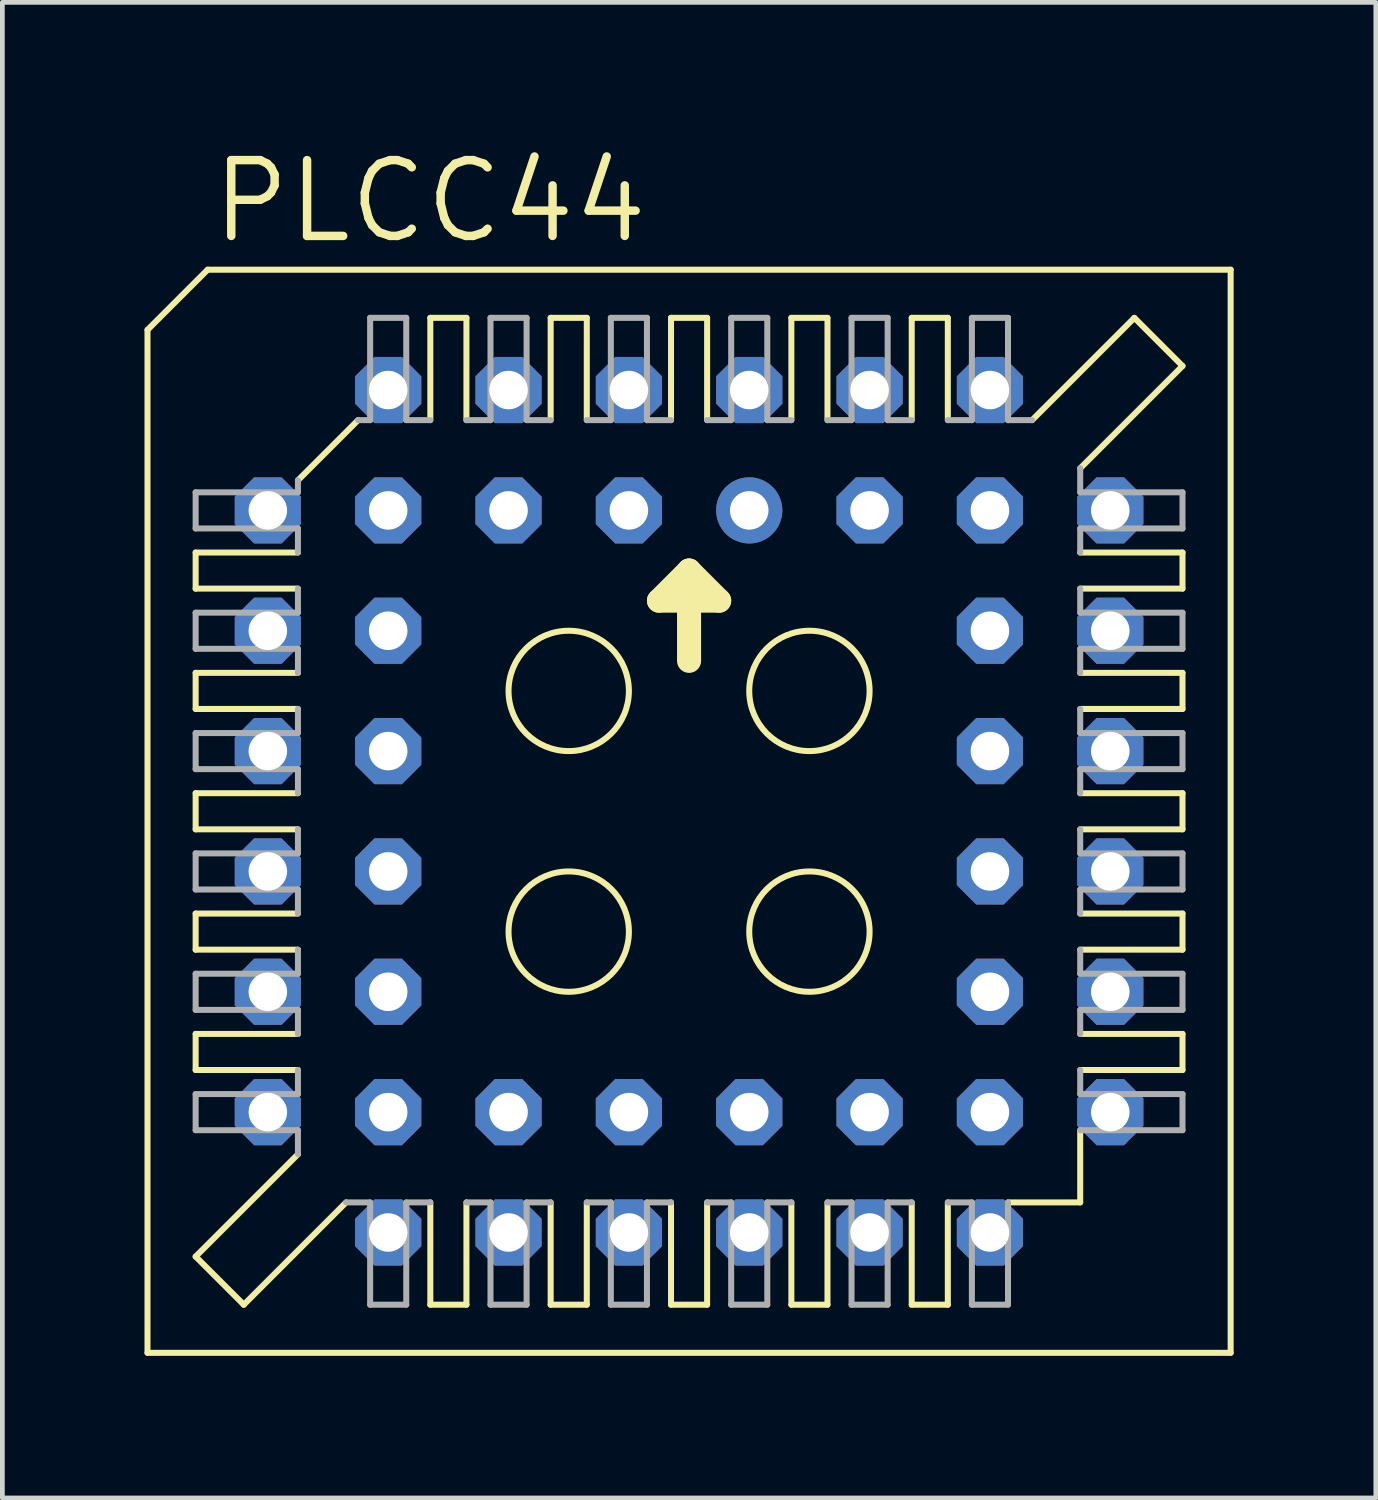
<source format=kicad_pcb>
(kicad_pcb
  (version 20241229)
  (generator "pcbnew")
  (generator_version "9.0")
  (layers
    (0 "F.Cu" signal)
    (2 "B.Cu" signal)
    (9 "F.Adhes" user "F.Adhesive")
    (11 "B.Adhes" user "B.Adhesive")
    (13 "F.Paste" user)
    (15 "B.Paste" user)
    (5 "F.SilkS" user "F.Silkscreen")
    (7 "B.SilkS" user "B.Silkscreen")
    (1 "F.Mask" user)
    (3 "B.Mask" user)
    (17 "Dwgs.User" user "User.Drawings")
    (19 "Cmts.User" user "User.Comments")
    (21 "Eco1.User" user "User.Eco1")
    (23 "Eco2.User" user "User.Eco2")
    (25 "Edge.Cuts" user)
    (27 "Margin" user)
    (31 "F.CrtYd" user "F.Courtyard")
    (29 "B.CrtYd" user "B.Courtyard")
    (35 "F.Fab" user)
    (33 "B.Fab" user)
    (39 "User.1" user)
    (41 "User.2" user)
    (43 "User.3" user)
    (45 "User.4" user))
  (footprint "PLCC44"
    (layer "F.Cu")
    (at 11.493 14.072)
    (property "Reference" "PLCC44" (at -10.16 -11.938 0) (layer "F.SilkS") (effects (font (size 1.6 1.6) (thickness 0.178)) (justify left bottom)))
    (fp_line (start -11.43 -10.16) (end -11.43 11.43) (stroke (width 0.127) (type solid)) (layer "F.SilkS"))
    (fp_line (start -10.414 -5.461) (end -10.414 -4.699) (stroke (width 0.127) (type solid)) (layer "F.SilkS"))
    (fp_line (start -10.414 -5.461) (end -8.255 -5.461) (stroke (width 0.127) (type solid)) (layer "F.SilkS"))
    (fp_line (start -10.414 -2.921) (end -10.414 -2.159) (stroke (width 0.127) (type solid)) (layer "F.SilkS"))
    (fp_line (start -10.414 -2.921) (end -8.255 -2.921) (stroke (width 0.127) (type solid)) (layer "F.SilkS"))
    (fp_line (start -10.414 0.381) (end -10.414 -0.381) (stroke (width 0.127) (type solid)) (layer "F.SilkS"))
    (fp_line (start -10.414 0.381) (end -8.255 0.381) (stroke (width 0.127) (type solid)) (layer "F.SilkS"))
    (fp_line (start -10.414 2.921) (end -10.414 2.159) (stroke (width 0.127) (type solid)) (layer "F.SilkS"))
    (fp_line (start -10.414 2.921) (end -8.255 2.921) (stroke (width 0.127) (type solid)) (layer "F.SilkS"))
    (fp_line (start -10.414 5.461) (end -10.414 4.699) (stroke (width 0.127) (type solid)) (layer "F.SilkS"))
    (fp_line (start -10.414 5.461) (end -8.255 5.461) (stroke (width 0.127) (type solid)) (layer "F.SilkS"))
    (fp_line (start -10.414 9.398) (end -8.255 7.239) (stroke (width 0.127) (type solid)) (layer "F.SilkS"))
    (fp_line (start -10.16 -11.43) (end -11.43 -10.16) (stroke (width 0.127) (type solid)) (layer "F.SilkS"))
    (fp_line (start -9.398 10.414) (end -10.414 9.398) (stroke (width 0.127) (type solid)) (layer "F.SilkS"))
    (fp_line (start -9.398 10.414) (end -7.239 8.255) (stroke (width 0.127) (type solid)) (layer "F.SilkS"))
    (fp_line (start -8.255 -6.985) (end -6.985 -8.255) (stroke (width 0.127) (type solid)) (layer "F.SilkS"))
    (fp_line (start -8.255 -4.699) (end -10.414 -4.699) (stroke (width 0.127) (type solid)) (layer "F.SilkS"))
    (fp_line (start -8.255 -2.159) (end -10.414 -2.159) (stroke (width 0.127) (type solid)) (layer "F.SilkS"))
    (fp_line (start -8.255 -0.381) (end -10.414 -0.381) (stroke (width 0.127) (type solid)) (layer "F.SilkS"))
    (fp_line (start -8.255 2.159) (end -10.414 2.159) (stroke (width 0.127) (type solid)) (layer "F.SilkS"))
    (fp_line (start -8.255 4.699) (end -10.414 4.699) (stroke (width 0.127) (type solid)) (layer "F.SilkS"))
    (fp_line (start -5.461 -8.255) (end -5.461 -10.414) (stroke (width 0.127) (type solid)) (layer "F.SilkS"))
    (fp_line (start -5.461 10.414) (end -5.461 8.255) (stroke (width 0.127) (type solid)) (layer "F.SilkS"))
    (fp_line (start -5.461 10.414) (end -4.699 10.414) (stroke (width 0.127) (type solid)) (layer "F.SilkS"))
    (fp_line (start -4.699 -10.414) (end -5.461 -10.414) (stroke (width 0.127) (type solid)) (layer "F.SilkS"))
    (fp_line (start -4.699 -10.414) (end -4.699 -8.255) (stroke (width 0.127) (type solid)) (layer "F.SilkS"))
    (fp_line (start -4.699 8.255) (end -4.699 10.414) (stroke (width 0.127) (type solid)) (layer "F.SilkS"))
    (fp_line (start -2.921 -8.255) (end -2.921 -10.414) (stroke (width 0.127) (type solid)) (layer "F.SilkS"))
    (fp_line (start -2.921 10.414) (end -2.921 8.255) (stroke (width 0.127) (type solid)) (layer "F.SilkS"))
    (fp_line (start -2.921 10.414) (end -2.159 10.414) (stroke (width 0.127) (type solid)) (layer "F.SilkS"))
    (fp_line (start -2.159 -10.414) (end -2.921 -10.414) (stroke (width 0.127) (type solid)) (layer "F.SilkS"))
    (fp_line (start -2.159 -10.414) (end -2.159 -8.255) (stroke (width 0.127) (type solid)) (layer "F.SilkS"))
    (fp_line (start -2.159 8.255) (end -2.159 10.414) (stroke (width 0.127) (type solid)) (layer "F.SilkS"))
    (fp_line (start -0.635 -4.445) (end 0 -5.08) (stroke (width 0.508) (type solid)) (layer "F.SilkS"))
    (fp_line (start -0.381 -8.255) (end -0.381 -10.414) (stroke (width 0.127) (type solid)) (layer "F.SilkS"))
    (fp_line (start -0.381 10.414) (end -0.381 8.255) (stroke (width 0.127) (type solid)) (layer "F.SilkS"))
    (fp_line (start -0.381 10.414) (end 0.381 10.414) (stroke (width 0.127) (type solid)) (layer "F.SilkS"))
    (fp_line (start 0 -5.08) (end 0 -3.175) (stroke (width 0.508) (type solid)) (layer "F.SilkS"))
    (fp_line (start 0 -5.08) (end 0.635 -4.445) (stroke (width 0.508) (type solid)) (layer "F.SilkS"))
    (fp_line (start 0.381 -10.414) (end -0.381 -10.414) (stroke (width 0.127) (type solid)) (layer "F.SilkS"))
    (fp_line (start 0.381 -10.414) (end 0.381 -8.255) (stroke (width 0.127) (type solid)) (layer "F.SilkS"))
    (fp_line (start 0.381 8.255) (end 0.381 10.414) (stroke (width 0.127) (type solid)) (layer "F.SilkS"))
    (fp_line (start 0.635 -4.445) (end -0.635 -4.445) (stroke (width 0.508) (type solid)) (layer "F.SilkS"))
    (fp_line (start 2.159 -8.255) (end 2.159 -10.414) (stroke (width 0.127) (type solid)) (layer "F.SilkS"))
    (fp_line (start 2.159 10.414) (end 2.159 8.255) (stroke (width 0.127) (type solid)) (layer "F.SilkS"))
    (fp_line (start 2.159 10.414) (end 2.921 10.414) (stroke (width 0.127) (type solid)) (layer "F.SilkS"))
    (fp_line (start 2.921 -10.414) (end 2.159 -10.414) (stroke (width 0.127) (type solid)) (layer "F.SilkS"))
    (fp_line (start 2.921 -10.414) (end 2.921 -8.255) (stroke (width 0.127) (type solid)) (layer "F.SilkS"))
    (fp_line (start 2.921 8.255) (end 2.921 10.414) (stroke (width 0.127) (type solid)) (layer "F.SilkS"))
    (fp_line (start 4.699 -8.255) (end 4.699 -10.414) (stroke (width 0.127) (type solid)) (layer "F.SilkS"))
    (fp_line (start 4.699 10.414) (end 4.699 8.255) (stroke (width 0.127) (type solid)) (layer "F.SilkS"))
    (fp_line (start 4.699 10.414) (end 5.461 10.414) (stroke (width 0.127) (type solid)) (layer "F.SilkS"))
    (fp_line (start 5.461 -10.414) (end 4.699 -10.414) (stroke (width 0.127) (type solid)) (layer "F.SilkS"))
    (fp_line (start 5.461 -10.414) (end 5.461 -8.255) (stroke (width 0.127) (type solid)) (layer "F.SilkS"))
    (fp_line (start 5.461 8.255) (end 5.461 10.414) (stroke (width 0.127) (type solid)) (layer "F.SilkS"))
    (fp_line (start 6.731 8.255) (end 8.255 8.255) (stroke (width 0.127) (type solid)) (layer "F.SilkS"))
    (fp_line (start 8.255 -4.699) (end 10.414 -4.699) (stroke (width 0.127) (type solid)) (layer "F.SilkS"))
    (fp_line (start 8.255 -2.159) (end 10.414 -2.159) (stroke (width 0.127) (type solid)) (layer "F.SilkS"))
    (fp_line (start 8.255 0.381) (end 10.414 0.381) (stroke (width 0.127) (type solid)) (layer "F.SilkS"))
    (fp_line (start 8.255 2.159) (end 10.414 2.159) (stroke (width 0.127) (type solid)) (layer "F.SilkS"))
    (fp_line (start 8.255 4.699) (end 10.414 4.699) (stroke (width 0.127) (type solid)) (layer "F.SilkS"))
    (fp_line (start 8.255 8.255) (end 8.255 6.731) (stroke (width 0.127) (type solid)) (layer "F.SilkS"))
    (fp_line (start 9.398 -10.414) (end 7.239 -8.255) (stroke (width 0.127) (type solid)) (layer "F.SilkS"))
    (fp_line (start 10.414 -9.398) (end 8.255 -7.239) (stroke (width 0.127) (type solid)) (layer "F.SilkS"))
    (fp_line (start 10.414 -9.398) (end 9.398 -10.414) (stroke (width 0.127) (type solid)) (layer "F.SilkS"))
    (fp_line (start 10.414 -5.461) (end 8.255 -5.461) (stroke (width 0.127) (type solid)) (layer "F.SilkS"))
    (fp_line (start 10.414 -5.461) (end 10.414 -4.699) (stroke (width 0.127) (type solid)) (layer "F.SilkS"))
    (fp_line (start 10.414 -2.921) (end 8.255 -2.921) (stroke (width 0.127) (type solid)) (layer "F.SilkS"))
    (fp_line (start 10.414 -2.921) (end 10.414 -2.159) (stroke (width 0.127) (type solid)) (layer "F.SilkS"))
    (fp_line (start 10.414 -0.381) (end 8.255 -0.381) (stroke (width 0.127) (type solid)) (layer "F.SilkS"))
    (fp_line (start 10.414 -0.381) (end 10.414 0.381) (stroke (width 0.127) (type solid)) (layer "F.SilkS"))
    (fp_line (start 10.414 2.921) (end 8.255 2.921) (stroke (width 0.127) (type solid)) (layer "F.SilkS"))
    (fp_line (start 10.414 2.921) (end 10.414 2.159) (stroke (width 0.127) (type solid)) (layer "F.SilkS"))
    (fp_line (start 10.414 5.461) (end 8.255 5.461) (stroke (width 0.127) (type solid)) (layer "F.SilkS"))
    (fp_line (start 10.414 5.461) (end 10.414 4.699) (stroke (width 0.127) (type solid)) (layer "F.SilkS"))
    (fp_line (start 11.43 -11.43) (end -10.16 -11.43) (stroke (width 0.127) (type solid)) (layer "F.SilkS"))
    (fp_line (start 11.43 11.43) (end -11.43 11.43) (stroke (width 0.127) (type solid)) (layer "F.SilkS"))
    (fp_line (start 11.43 11.43) (end 11.43 -11.43) (stroke (width 0.127) (type solid)) (layer "F.SilkS"))
    (fp_circle (center -2.54 -2.54) (end -1.27 -2.54) (stroke (width 0.127) (type solid)) (fill no) (layer "F.SilkS"))
    (fp_circle (center -2.54 2.54) (end -1.27 2.54) (stroke (width 0.127) (type solid)) (fill no) (layer "F.SilkS"))
    (fp_circle (center 2.54 -2.54) (end 3.81 -2.54) (stroke (width 0.127) (type solid)) (fill no) (layer "F.SilkS"))
    (fp_circle (center 2.54 2.54) (end 3.81 2.54) (stroke (width 0.127) (type solid)) (fill no) (layer "F.SilkS"))
    (fp_line (start -10.414 -6.731) (end -10.414 -5.969) (stroke (width 0.127) (type solid)) (layer "F.Fab"))
    (fp_line (start -10.414 -6.731) (end -8.255 -6.731) (stroke (width 0.127) (type solid)) (layer "F.Fab"))
    (fp_line (start -10.414 -4.191) (end -10.414 -3.429) (stroke (width 0.127) (type solid)) (layer "F.Fab"))
    (fp_line (start -10.414 -4.191) (end -8.255 -4.191) (stroke (width 0.127) (type solid)) (layer "F.Fab"))
    (fp_line (start -10.414 -0.889) (end -10.414 -1.651) (stroke (width 0.127) (type solid)) (layer "F.Fab"))
    (fp_line (start -10.414 -0.889) (end -8.255 -0.889) (stroke (width 0.127) (type solid)) (layer "F.Fab"))
    (fp_line (start -10.414 1.651) (end -10.414 0.889) (stroke (width 0.127) (type solid)) (layer "F.Fab"))
    (fp_line (start -10.414 1.651) (end -8.255 1.651) (stroke (width 0.127) (type solid)) (layer "F.Fab"))
    (fp_line (start -10.414 4.191) (end -10.414 3.429) (stroke (width 0.127) (type solid)) (layer "F.Fab"))
    (fp_line (start -10.414 4.191) (end -8.255 4.191) (stroke (width 0.127) (type solid)) (layer "F.Fab"))
    (fp_line (start -10.414 6.731) (end -10.414 5.969) (stroke (width 0.127) (type solid)) (layer "F.Fab"))
    (fp_line (start -10.414 6.731) (end -8.255 6.731) (stroke (width 0.127) (type solid)) (layer "F.Fab"))
    (fp_line (start -8.255 -6.731) (end -8.255 -6.985) (stroke (width 0.127) (type solid)) (layer "F.Fab"))
    (fp_line (start -8.255 -5.969) (end -10.414 -5.969) (stroke (width 0.127) (type solid)) (layer "F.Fab"))
    (fp_line (start -8.255 -5.969) (end -8.255 -5.461) (stroke (width 0.127) (type solid)) (layer "F.Fab"))
    (fp_line (start -8.255 -4.699) (end -8.255 -4.191) (stroke (width 0.127) (type solid)) (layer "F.Fab"))
    (fp_line (start -8.255 -3.429) (end -10.414 -3.429) (stroke (width 0.127) (type solid)) (layer "F.Fab"))
    (fp_line (start -8.255 -3.429) (end -8.255 -2.921) (stroke (width 0.127) (type solid)) (layer "F.Fab"))
    (fp_line (start -8.255 -2.159) (end -8.255 -1.651) (stroke (width 0.127) (type solid)) (layer "F.Fab"))
    (fp_line (start -8.255 -1.651) (end -10.414 -1.651) (stroke (width 0.127) (type solid)) (layer "F.Fab"))
    (fp_line (start -8.255 -0.381) (end -8.255 -0.889) (stroke (width 0.127) (type solid)) (layer "F.Fab"))
    (fp_line (start -8.255 0.889) (end -10.414 0.889) (stroke (width 0.127) (type solid)) (layer "F.Fab"))
    (fp_line (start -8.255 0.889) (end -8.255 0.381) (stroke (width 0.127) (type solid)) (layer "F.Fab"))
    (fp_line (start -8.255 2.159) (end -8.255 1.651) (stroke (width 0.127) (type solid)) (layer "F.Fab"))
    (fp_line (start -8.255 3.429) (end -10.414 3.429) (stroke (width 0.127) (type solid)) (layer "F.Fab"))
    (fp_line (start -8.255 3.429) (end -8.255 2.921) (stroke (width 0.127) (type solid)) (layer "F.Fab"))
    (fp_line (start -8.255 4.699) (end -8.255 4.191) (stroke (width 0.127) (type solid)) (layer "F.Fab"))
    (fp_line (start -8.255 5.969) (end -10.414 5.969) (stroke (width 0.127) (type solid)) (layer "F.Fab"))
    (fp_line (start -8.255 5.969) (end -8.255 5.461) (stroke (width 0.127) (type solid)) (layer "F.Fab"))
    (fp_line (start -8.255 7.239) (end -8.255 6.731) (stroke (width 0.127) (type solid)) (layer "F.Fab"))
    (fp_line (start -7.239 8.255) (end -6.731 8.255) (stroke (width 0.127) (type solid)) (layer "F.Fab"))
    (fp_line (start -6.985 -8.255) (end -6.731 -8.255) (stroke (width 0.127) (type solid)) (layer "F.Fab"))
    (fp_line (start -6.731 -8.255) (end -6.731 -10.414) (stroke (width 0.127) (type solid)) (layer "F.Fab"))
    (fp_line (start -6.731 10.414) (end -6.731 8.255) (stroke (width 0.127) (type solid)) (layer "F.Fab"))
    (fp_line (start -6.731 10.414) (end -5.969 10.414) (stroke (width 0.127) (type solid)) (layer "F.Fab"))
    (fp_line (start -5.969 -10.414) (end -6.731 -10.414) (stroke (width 0.127) (type solid)) (layer "F.Fab"))
    (fp_line (start -5.969 -10.414) (end -5.969 -8.255) (stroke (width 0.127) (type solid)) (layer "F.Fab"))
    (fp_line (start -5.969 8.255) (end -5.969 10.414) (stroke (width 0.127) (type solid)) (layer "F.Fab"))
    (fp_line (start -5.969 8.255) (end -5.461 8.255) (stroke (width 0.127) (type solid)) (layer "F.Fab"))
    (fp_line (start -5.461 -8.255) (end -5.969 -8.255) (stroke (width 0.127) (type solid)) (layer "F.Fab"))
    (fp_line (start -4.699 8.255) (end -4.191 8.255) (stroke (width 0.127) (type solid)) (layer "F.Fab"))
    (fp_line (start -4.191 -8.255) (end -4.699 -8.255) (stroke (width 0.127) (type solid)) (layer "F.Fab"))
    (fp_line (start -4.191 -8.255) (end -4.191 -10.414) (stroke (width 0.127) (type solid)) (layer "F.Fab"))
    (fp_line (start -4.191 10.414) (end -4.191 8.255) (stroke (width 0.127) (type solid)) (layer "F.Fab"))
    (fp_line (start -4.191 10.414) (end -3.429 10.414) (stroke (width 0.127) (type solid)) (layer "F.Fab"))
    (fp_line (start -3.429 -10.414) (end -4.191 -10.414) (stroke (width 0.127) (type solid)) (layer "F.Fab"))
    (fp_line (start -3.429 -10.414) (end -3.429 -8.255) (stroke (width 0.127) (type solid)) (layer "F.Fab"))
    (fp_line (start -3.429 8.255) (end -3.429 10.414) (stroke (width 0.127) (type solid)) (layer "F.Fab"))
    (fp_line (start -3.429 8.255) (end -2.921 8.255) (stroke (width 0.127) (type solid)) (layer "F.Fab"))
    (fp_line (start -2.921 -8.255) (end -3.429 -8.255) (stroke (width 0.127) (type solid)) (layer "F.Fab"))
    (fp_line (start -2.159 8.255) (end -1.651 8.255) (stroke (width 0.127) (type solid)) (layer "F.Fab"))
    (fp_line (start -1.651 -8.255) (end -2.159 -8.255) (stroke (width 0.127) (type solid)) (layer "F.Fab"))
    (fp_line (start -1.651 -8.255) (end -1.651 -10.414) (stroke (width 0.127) (type solid)) (layer "F.Fab"))
    (fp_line (start -1.651 10.414) (end -1.651 8.255) (stroke (width 0.127) (type solid)) (layer "F.Fab"))
    (fp_line (start -1.651 10.414) (end -0.889 10.414) (stroke (width 0.127) (type solid)) (layer "F.Fab"))
    (fp_line (start -0.889 -10.414) (end -1.651 -10.414) (stroke (width 0.127) (type solid)) (layer "F.Fab"))
    (fp_line (start -0.889 -10.414) (end -0.889 -8.255) (stroke (width 0.127) (type solid)) (layer "F.Fab"))
    (fp_line (start -0.889 8.255) (end -0.889 10.414) (stroke (width 0.127) (type solid)) (layer "F.Fab"))
    (fp_line (start -0.889 8.255) (end -0.381 8.255) (stroke (width 0.127) (type solid)) (layer "F.Fab"))
    (fp_line (start -0.381 -8.255) (end -0.889 -8.255) (stroke (width 0.127) (type solid)) (layer "F.Fab"))
    (fp_line (start 0.381 8.255) (end 0.889 8.255) (stroke (width 0.127) (type solid)) (layer "F.Fab"))
    (fp_line (start 0.889 -8.255) (end 0.381 -8.255) (stroke (width 0.127) (type solid)) (layer "F.Fab"))
    (fp_line (start 0.889 -8.255) (end 0.889 -10.414) (stroke (width 0.127) (type solid)) (layer "F.Fab"))
    (fp_line (start 0.889 10.414) (end 0.889 8.255) (stroke (width 0.127) (type solid)) (layer "F.Fab"))
    (fp_line (start 0.889 10.414) (end 1.651 10.414) (stroke (width 0.127) (type solid)) (layer "F.Fab"))
    (fp_line (start 1.651 -10.414) (end 0.889 -10.414) (stroke (width 0.127) (type solid)) (layer "F.Fab"))
    (fp_line (start 1.651 -10.414) (end 1.651 -8.255) (stroke (width 0.127) (type solid)) (layer "F.Fab"))
    (fp_line (start 1.651 8.255) (end 1.651 10.414) (stroke (width 0.127) (type solid)) (layer "F.Fab"))
    (fp_line (start 1.651 8.255) (end 2.159 8.255) (stroke (width 0.127) (type solid)) (layer "F.Fab"))
    (fp_line (start 2.159 -8.255) (end 1.651 -8.255) (stroke (width 0.127) (type solid)) (layer "F.Fab"))
    (fp_line (start 2.921 8.255) (end 3.429 8.255) (stroke (width 0.127) (type solid)) (layer "F.Fab"))
    (fp_line (start 3.429 -8.255) (end 2.921 -8.255) (stroke (width 0.127) (type solid)) (layer "F.Fab"))
    (fp_line (start 3.429 -8.255) (end 3.429 -10.414) (stroke (width 0.127) (type solid)) (layer "F.Fab"))
    (fp_line (start 3.429 10.414) (end 3.429 8.255) (stroke (width 0.127) (type solid)) (layer "F.Fab"))
    (fp_line (start 3.429 10.414) (end 4.191 10.414) (stroke (width 0.127) (type solid)) (layer "F.Fab"))
    (fp_line (start 4.191 -10.414) (end 3.429 -10.414) (stroke (width 0.127) (type solid)) (layer "F.Fab"))
    (fp_line (start 4.191 -10.414) (end 4.191 -8.255) (stroke (width 0.127) (type solid)) (layer "F.Fab"))
    (fp_line (start 4.191 8.255) (end 4.191 10.414) (stroke (width 0.127) (type solid)) (layer "F.Fab"))
    (fp_line (start 4.191 8.255) (end 4.699 8.255) (stroke (width 0.127) (type solid)) (layer "F.Fab"))
    (fp_line (start 4.699 -8.255) (end 4.191 -8.255) (stroke (width 0.127) (type solid)) (layer "F.Fab"))
    (fp_line (start 5.461 8.255) (end 5.969 8.255) (stroke (width 0.127) (type solid)) (layer "F.Fab"))
    (fp_line (start 5.969 -8.255) (end 5.461 -8.255) (stroke (width 0.127) (type solid)) (layer "F.Fab"))
    (fp_line (start 5.969 -8.255) (end 5.969 -10.414) (stroke (width 0.127) (type solid)) (layer "F.Fab"))
    (fp_line (start 5.969 10.414) (end 5.969 8.255) (stroke (width 0.127) (type solid)) (layer "F.Fab"))
    (fp_line (start 5.969 10.414) (end 6.731 10.414) (stroke (width 0.127) (type solid)) (layer "F.Fab"))
    (fp_line (start 6.731 -10.414) (end 5.969 -10.414) (stroke (width 0.127) (type solid)) (layer "F.Fab"))
    (fp_line (start 6.731 -10.414) (end 6.731 -8.255) (stroke (width 0.127) (type solid)) (layer "F.Fab"))
    (fp_line (start 6.731 8.255) (end 6.731 10.414) (stroke (width 0.127) (type solid)) (layer "F.Fab"))
    (fp_line (start 7.239 -8.255) (end 6.731 -8.255) (stroke (width 0.127) (type solid)) (layer "F.Fab"))
    (fp_line (start 8.255 -7.239) (end 8.255 -6.731) (stroke (width 0.127) (type solid)) (layer "F.Fab"))
    (fp_line (start 8.255 -5.969) (end 8.255 -5.461) (stroke (width 0.127) (type solid)) (layer "F.Fab"))
    (fp_line (start 8.255 -5.969) (end 10.414 -5.969) (stroke (width 0.127) (type solid)) (layer "F.Fab"))
    (fp_line (start 8.255 -4.699) (end 8.255 -4.191) (stroke (width 0.127) (type solid)) (layer "F.Fab"))
    (fp_line (start 8.255 -3.429) (end 8.255 -2.921) (stroke (width 0.127) (type solid)) (layer "F.Fab"))
    (fp_line (start 8.255 -3.429) (end 10.414 -3.429) (stroke (width 0.127) (type solid)) (layer "F.Fab"))
    (fp_line (start 8.255 -2.159) (end 8.255 -1.651) (stroke (width 0.127) (type solid)) (layer "F.Fab"))
    (fp_line (start 8.255 -0.889) (end 8.255 -0.381) (stroke (width 0.127) (type solid)) (layer "F.Fab"))
    (fp_line (start 8.255 -0.889) (end 10.414 -0.889) (stroke (width 0.127) (type solid)) (layer "F.Fab"))
    (fp_line (start 8.255 0.381) (end 8.255 0.889) (stroke (width 0.127) (type solid)) (layer "F.Fab"))
    (fp_line (start 8.255 1.651) (end 8.255 2.159) (stroke (width 0.127) (type solid)) (layer "F.Fab"))
    (fp_line (start 8.255 1.651) (end 10.414 1.651) (stroke (width 0.127) (type solid)) (layer "F.Fab"))
    (fp_line (start 8.255 3.429) (end 8.255 2.921) (stroke (width 0.127) (type solid)) (layer "F.Fab"))
    (fp_line (start 8.255 3.429) (end 10.414 3.429) (stroke (width 0.127) (type solid)) (layer "F.Fab"))
    (fp_line (start 8.255 4.699) (end 8.255 4.191) (stroke (width 0.127) (type solid)) (layer "F.Fab"))
    (fp_line (start 8.255 5.969) (end 8.255 5.461) (stroke (width 0.127) (type solid)) (layer "F.Fab"))
    (fp_line (start 8.255 5.969) (end 10.414 5.969) (stroke (width 0.127) (type solid)) (layer "F.Fab"))
    (fp_line (start 10.414 -6.731) (end 8.255 -6.731) (stroke (width 0.127) (type solid)) (layer "F.Fab"))
    (fp_line (start 10.414 -6.731) (end 10.414 -5.969) (stroke (width 0.127) (type solid)) (layer "F.Fab"))
    (fp_line (start 10.414 -4.191) (end 8.255 -4.191) (stroke (width 0.127) (type solid)) (layer "F.Fab"))
    (fp_line (start 10.414 -4.191) (end 10.414 -3.429) (stroke (width 0.127) (type solid)) (layer "F.Fab"))
    (fp_line (start 10.414 -1.651) (end 8.255 -1.651) (stroke (width 0.127) (type solid)) (layer "F.Fab"))
    (fp_line (start 10.414 -1.651) (end 10.414 -0.889) (stroke (width 0.127) (type solid)) (layer "F.Fab"))
    (fp_line (start 10.414 0.889) (end 8.255 0.889) (stroke (width 0.127) (type solid)) (layer "F.Fab"))
    (fp_line (start 10.414 0.889) (end 10.414 1.651) (stroke (width 0.127) (type solid)) (layer "F.Fab"))
    (fp_line (start 10.414 4.191) (end 8.255 4.191) (stroke (width 0.127) (type solid)) (layer "F.Fab"))
    (fp_line (start 10.414 4.191) (end 10.414 3.429) (stroke (width 0.127) (type solid)) (layer "F.Fab"))
    (fp_line (start 10.414 6.731) (end 8.255 6.731) (stroke (width 0.127) (type solid)) (layer "F.Fab"))
    (fp_line (start 10.414 6.731) (end 10.414 5.969) (stroke (width 0.127) (type solid)) (layer "F.Fab"))
    (pad "1" thru_hole circle (at 1.27 -6.35) (size 1.397 1.397) (drill 0.813) (layers "*.Cu" "*.Mask"))
    (pad "2" thru_hole roundrect (at -1.27 -8.89) (size 1.397 1.397) (drill 0.813) (layers "*.Cu" "*.Mask") (roundrect_rratio 0.25) (chamfer_ratio 0.293) (chamfer top_left top_right bottom_left bottom_right))
    (pad "3" thru_hole roundrect (at -1.27 -6.35) (size 1.397 1.397) (drill 0.813) (layers "*.Cu" "*.Mask") (roundrect_rratio 0.25) (chamfer_ratio 0.293) (chamfer top_left top_right bottom_left bottom_right))
    (pad "4" thru_hole roundrect (at -3.81 -8.89) (size 1.397 1.397) (drill 0.813) (layers "*.Cu" "*.Mask") (roundrect_rratio 0.25) (chamfer_ratio 0.293) (chamfer top_left top_right bottom_left bottom_right))
    (pad "5" thru_hole roundrect (at -3.81 -6.35) (size 1.397 1.397) (drill 0.813) (layers "*.Cu" "*.Mask") (roundrect_rratio 0.25) (chamfer_ratio 0.293) (chamfer top_left top_right bottom_left bottom_right))
    (pad "6" thru_hole roundrect (at -6.35 -8.89) (size 1.397 1.397) (drill 0.813) (layers "*.Cu" "*.Mask") (roundrect_rratio 0.25) (chamfer_ratio 0.293) (chamfer top_left top_right bottom_left bottom_right))
    (pad "7" thru_hole roundrect (at -8.89 -6.35) (size 1.397 1.397) (drill 0.813) (layers "*.Cu" "*.Mask") (roundrect_rratio 0.25) (chamfer_ratio 0.293) (chamfer top_left top_right bottom_left bottom_right))
    (pad "8" thru_hole roundrect (at -6.35 -6.35) (size 1.397 1.397) (drill 0.813) (layers "*.Cu" "*.Mask") (roundrect_rratio 0.25) (chamfer_ratio 0.293) (chamfer top_left top_right bottom_left bottom_right))
    (pad "9" thru_hole roundrect (at -8.89 -3.81) (size 1.397 1.397) (drill 0.813) (layers "*.Cu" "*.Mask") (roundrect_rratio 0.25) (chamfer_ratio 0.293) (chamfer top_left top_right bottom_left bottom_right))
    (pad "10" thru_hole roundrect (at -6.35 -3.81) (size 1.397 1.397) (drill 0.813) (layers "*.Cu" "*.Mask") (roundrect_rratio 0.25) (chamfer_ratio 0.293) (chamfer top_left top_right bottom_left bottom_right))
    (pad "11" thru_hole roundrect (at -8.89 -1.27) (size 1.397 1.397) (drill 0.813) (layers "*.Cu" "*.Mask") (roundrect_rratio 0.25) (chamfer_ratio 0.293) (chamfer top_left top_right bottom_left bottom_right))
    (pad "12" thru_hole roundrect (at -6.35 -1.27) (size 1.397 1.397) (drill 0.813) (layers "*.Cu" "*.Mask") (roundrect_rratio 0.25) (chamfer_ratio 0.293) (chamfer top_left top_right bottom_left bottom_right))
    (pad "13" thru_hole roundrect (at -8.89 1.27) (size 1.397 1.397) (drill 0.813) (layers "*.Cu" "*.Mask") (roundrect_rratio 0.25) (chamfer_ratio 0.293) (chamfer top_left top_right bottom_left bottom_right))
    (pad "14" thru_hole roundrect (at -6.35 1.27) (size 1.397 1.397) (drill 0.813) (layers "*.Cu" "*.Mask") (roundrect_rratio 0.25) (chamfer_ratio 0.293) (chamfer top_left top_right bottom_left bottom_right))
    (pad "15" thru_hole roundrect (at -8.89 3.81) (size 1.397 1.397) (drill 0.813) (layers "*.Cu" "*.Mask") (roundrect_rratio 0.25) (chamfer_ratio 0.293) (chamfer top_left top_right bottom_left bottom_right))
    (pad "16" thru_hole roundrect (at -6.35 3.81) (size 1.397 1.397) (drill 0.813) (layers "*.Cu" "*.Mask") (roundrect_rratio 0.25) (chamfer_ratio 0.293) (chamfer top_left top_right bottom_left bottom_right))
    (pad "17" thru_hole roundrect (at -8.89 6.35) (size 1.397 1.397) (drill 0.813) (layers "*.Cu" "*.Mask") (roundrect_rratio 0.25) (chamfer_ratio 0.293) (chamfer top_left top_right bottom_left bottom_right))
    (pad "18" thru_hole roundrect (at -6.35 8.89) (size 1.397 1.397) (drill 0.813) (layers "*.Cu" "*.Mask") (roundrect_rratio 0.25) (chamfer_ratio 0.293) (chamfer top_left top_right bottom_left bottom_right))
    (pad "19" thru_hole roundrect (at -6.35 6.35) (size 1.397 1.397) (drill 0.813) (layers "*.Cu" "*.Mask") (roundrect_rratio 0.25) (chamfer_ratio 0.293) (chamfer top_left top_right bottom_left bottom_right))
    (pad "20" thru_hole roundrect (at -3.81 8.89) (size 1.397 1.397) (drill 0.813) (layers "*.Cu" "*.Mask") (roundrect_rratio 0.25) (chamfer_ratio 0.293) (chamfer top_left top_right bottom_left bottom_right))
    (pad "21" thru_hole roundrect (at -3.81 6.35) (size 1.397 1.397) (drill 0.813) (layers "*.Cu" "*.Mask") (roundrect_rratio 0.25) (chamfer_ratio 0.293) (chamfer top_left top_right bottom_left bottom_right))
    (pad "22" thru_hole roundrect (at -1.27 8.89) (size 1.397 1.397) (drill 0.813) (layers "*.Cu" "*.Mask") (roundrect_rratio 0.25) (chamfer_ratio 0.293) (chamfer top_left top_right bottom_left bottom_right))
    (pad "23" thru_hole roundrect (at -1.27 6.35) (size 1.397 1.397) (drill 0.813) (layers "*.Cu" "*.Mask") (roundrect_rratio 0.25) (chamfer_ratio 0.293) (chamfer top_left top_right bottom_left bottom_right))
    (pad "24" thru_hole roundrect (at 1.27 8.89) (size 1.397 1.397) (drill 0.813) (layers "*.Cu" "*.Mask") (roundrect_rratio 0.25) (chamfer_ratio 0.293) (chamfer top_left top_right bottom_left bottom_right))
    (pad "25" thru_hole roundrect (at 1.27 6.35) (size 1.397 1.397) (drill 0.813) (layers "*.Cu" "*.Mask") (roundrect_rratio 0.25) (chamfer_ratio 0.293) (chamfer top_left top_right bottom_left bottom_right))
    (pad "26" thru_hole roundrect (at 3.81 8.89) (size 1.397 1.397) (drill 0.813) (layers "*.Cu" "*.Mask") (roundrect_rratio 0.25) (chamfer_ratio 0.293) (chamfer top_left top_right bottom_left bottom_right))
    (pad "27" thru_hole roundrect (at 3.81 6.35) (size 1.397 1.397) (drill 0.813) (layers "*.Cu" "*.Mask") (roundrect_rratio 0.25) (chamfer_ratio 0.293) (chamfer top_left top_right bottom_left bottom_right))
    (pad "28" thru_hole roundrect (at 6.35 8.89) (size 1.397 1.397) (drill 0.813) (layers "*.Cu" "*.Mask") (roundrect_rratio 0.25) (chamfer_ratio 0.293) (chamfer top_left top_right bottom_left bottom_right))
    (pad "29" thru_hole roundrect (at 8.89 6.35) (size 1.397 1.397) (drill 0.813) (layers "*.Cu" "*.Mask") (roundrect_rratio 0.25) (chamfer_ratio 0.293) (chamfer top_left top_right bottom_left bottom_right))
    (pad "30" thru_hole roundrect (at 6.35 6.35) (size 1.397 1.397) (drill 0.813) (layers "*.Cu" "*.Mask") (roundrect_rratio 0.25) (chamfer_ratio 0.293) (chamfer top_left top_right bottom_left bottom_right))
    (pad "31" thru_hole roundrect (at 8.89 3.81) (size 1.397 1.397) (drill 0.813) (layers "*.Cu" "*.Mask") (roundrect_rratio 0.25) (chamfer_ratio 0.293) (chamfer top_left top_right bottom_left bottom_right))
    (pad "32" thru_hole roundrect (at 6.35 3.81) (size 1.397 1.397) (drill 0.813) (layers "*.Cu" "*.Mask") (roundrect_rratio 0.25) (chamfer_ratio 0.293) (chamfer top_left top_right bottom_left bottom_right))
    (pad "33" thru_hole roundrect (at 8.89 1.27) (size 1.397 1.397) (drill 0.813) (layers "*.Cu" "*.Mask") (roundrect_rratio 0.25) (chamfer_ratio 0.293) (chamfer top_left top_right bottom_left bottom_right))
    (pad "34" thru_hole roundrect (at 6.35 1.27) (size 1.397 1.397) (drill 0.813) (layers "*.Cu" "*.Mask") (roundrect_rratio 0.25) (chamfer_ratio 0.293) (chamfer top_left top_right bottom_left bottom_right))
    (pad "35" thru_hole roundrect (at 8.89 -1.27) (size 1.397 1.397) (drill 0.813) (layers "*.Cu" "*.Mask") (roundrect_rratio 0.25) (chamfer_ratio 0.293) (chamfer top_left top_right bottom_left bottom_right))
    (pad "36" thru_hole roundrect (at 6.35 -1.27) (size 1.397 1.397) (drill 0.813) (layers "*.Cu" "*.Mask") (roundrect_rratio 0.25) (chamfer_ratio 0.293) (chamfer top_left top_right bottom_left bottom_right))
    (pad "37" thru_hole roundrect (at 8.89 -3.81) (size 1.397 1.397) (drill 0.813) (layers "*.Cu" "*.Mask") (roundrect_rratio 0.25) (chamfer_ratio 0.293) (chamfer top_left top_right bottom_left bottom_right))
    (pad "38" thru_hole roundrect (at 6.35 -3.81) (size 1.397 1.397) (drill 0.813) (layers "*.Cu" "*.Mask") (roundrect_rratio 0.25) (chamfer_ratio 0.293) (chamfer top_left top_right bottom_left bottom_right))
    (pad "39" thru_hole roundrect (at 8.89 -6.35) (size 1.397 1.397) (drill 0.813) (layers "*.Cu" "*.Mask") (roundrect_rratio 0.25) (chamfer_ratio 0.293) (chamfer top_left top_right bottom_left bottom_right))
    (pad "40" thru_hole roundrect (at 6.35 -8.89) (size 1.397 1.397) (drill 0.813) (layers "*.Cu" "*.Mask") (roundrect_rratio 0.25) (chamfer_ratio 0.293) (chamfer top_left top_right bottom_left bottom_right))
    (pad "41" thru_hole roundrect (at 6.35 -6.35) (size 1.397 1.397) (drill 0.813) (layers "*.Cu" "*.Mask") (roundrect_rratio 0.25) (chamfer_ratio 0.293) (chamfer top_left top_right bottom_left bottom_right))
    (pad "42" thru_hole roundrect (at 3.81 -8.89) (size 1.397 1.397) (drill 0.813) (layers "*.Cu" "*.Mask") (roundrect_rratio 0.25) (chamfer_ratio 0.293) (chamfer top_left top_right bottom_left bottom_right))
    (pad "43" thru_hole roundrect (at 3.81 -6.35) (size 1.397 1.397) (drill 0.813) (layers "*.Cu" "*.Mask") (roundrect_rratio 0.25) (chamfer_ratio 0.293) (chamfer top_left top_right bottom_left bottom_right))
    (pad "44" thru_hole roundrect (at 1.27 -8.89) (size 1.397 1.397) (drill 0.813) (layers "*.Cu" "*.Mask") (roundrect_rratio 0.25) (chamfer_ratio 0.293) (chamfer top_left top_right bottom_left bottom_right)))
  (gr_rect
    (start -3 -3)
    (end 25.987 28.565)
    (stroke (width 0.1) (type default))
    (fill no)
    (layer "Edge.Cuts")))
</source>
